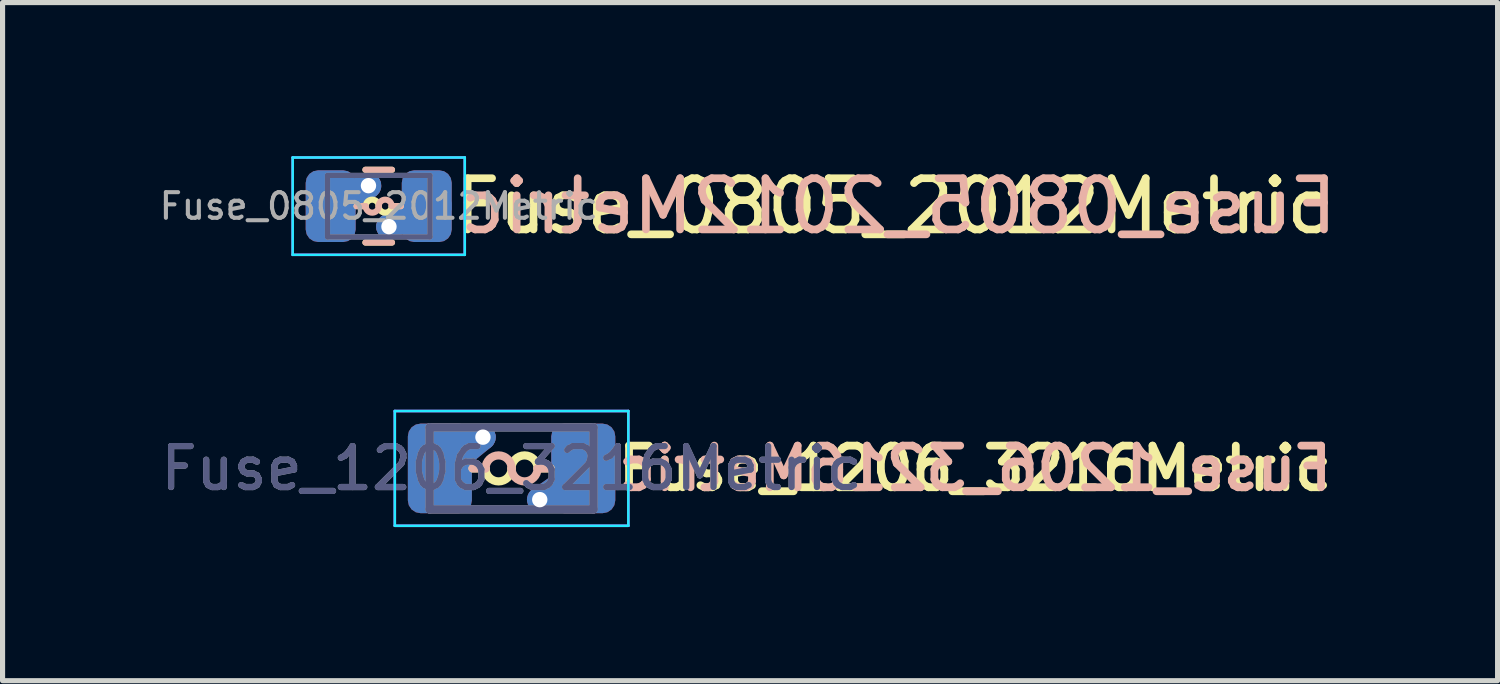
<source format=kicad_pcb>
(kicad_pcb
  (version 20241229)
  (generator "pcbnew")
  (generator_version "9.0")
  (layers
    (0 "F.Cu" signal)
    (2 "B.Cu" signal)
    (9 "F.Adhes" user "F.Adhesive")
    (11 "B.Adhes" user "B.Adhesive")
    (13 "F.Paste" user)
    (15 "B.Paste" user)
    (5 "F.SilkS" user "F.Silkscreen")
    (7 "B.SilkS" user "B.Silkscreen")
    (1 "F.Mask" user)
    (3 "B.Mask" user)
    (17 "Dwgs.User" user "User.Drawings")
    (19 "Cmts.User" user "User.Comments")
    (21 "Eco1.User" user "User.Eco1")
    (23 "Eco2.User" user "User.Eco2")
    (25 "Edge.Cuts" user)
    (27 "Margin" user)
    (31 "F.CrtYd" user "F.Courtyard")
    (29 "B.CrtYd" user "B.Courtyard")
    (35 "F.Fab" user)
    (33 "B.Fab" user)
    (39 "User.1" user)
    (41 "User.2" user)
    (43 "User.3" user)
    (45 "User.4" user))
  (footprint "Fuse_1206_3216Metric"
    (layer "F.Cu")
    (at 6.938 6.095)
    (property "Reference" "Fuse_1206_3216Metric" (at 2 0 0) (layer "F.SilkS") (effects (font (size 0.813 0.813) (thickness 0.152)) (justify left)))
    (attr smd)
    (fp_line (start -0.508 0) (end -0.762 0) (stroke (width 0.16) (type solid)) (layer "F.SilkS"))
    (fp_line (start 0.508 0) (end 0.762 0) (stroke (width 0.16) (type solid)) (layer "F.SilkS"))
    (fp_arc (start 0 0) (mid -0.254 0.254) (end -0.508 0) (stroke (width 0.16) (type solid)) (layer "F.SilkS"))
    (fp_arc (start 0 0) (mid 0.254 -0.254) (end 0.508 0) (stroke (width 0.16) (type solid)) (layer "F.SilkS"))
    (fp_line (start -0.508 0) (end -0.762 0) (stroke (width 0.16) (type solid)) (layer "B.SilkS"))
    (fp_line (start 0.508 0) (end 0.762 0) (stroke (width 0.16) (type solid)) (layer "B.SilkS"))
    (fp_arc (start -0.508 0) (mid -0.254 -0.254) (end 0 0) (stroke (width 0.16) (type solid)) (layer "B.SilkS"))
    (fp_arc (start 0.508 0) (mid 0.254 0.254) (end 0 0) (stroke (width 0.16) (type solid)) (layer "B.SilkS"))
    (fp_line (start -2.28 -1.12) (end 2.28 -1.12) (stroke (width 0.05) (type solid)) (layer "B.CrtYd"))
    (fp_line (start -2.28 1.12) (end -2.28 -1.12) (stroke (width 0.05) (type solid)) (layer "B.CrtYd"))
    (fp_line (start 2.28 -1.12) (end 2.28 1.12) (stroke (width 0.05) (type solid)) (layer "B.CrtYd"))
    (fp_line (start 2.28 1.12) (end -2.28 1.12) (stroke (width 0.05) (type solid)) (layer "B.CrtYd"))
    (fp_line (start -2.28 -1.12) (end 2.28 -1.12) (stroke (width 0.05) (type solid)) (layer "F.CrtYd"))
    (fp_line (start -2.28 1.12) (end -2.28 -1.12) (stroke (width 0.05) (type solid)) (layer "F.CrtYd"))
    (fp_line (start 2.28 -1.12) (end 2.28 1.12) (stroke (width 0.05) (type solid)) (layer "F.CrtYd"))
    (fp_line (start 2.28 1.12) (end -2.28 1.12) (stroke (width 0.05) (type solid)) (layer "F.CrtYd"))
    (fp_line (start -1.6 -0.8) (end 1.6 -0.8) (stroke (width 0.16) (type solid)) (layer "B.Fab"))
    (fp_line (start -1.6 0.8) (end -1.6 -0.8) (stroke (width 0.16) (type solid)) (layer "B.Fab"))
    (fp_line (start 1.6 -0.8) (end 1.6 0.8) (stroke (width 0.16) (type solid)) (layer "B.Fab"))
    (fp_line (start 1.6 0.8) (end -1.6 0.8) (stroke (width 0.16) (type solid)) (layer "B.Fab"))
    (fp_line (start -1.6 -0.8) (end 1.6 -0.8) (stroke (width 0.16) (type solid)) (layer "F.Fab"))
    (fp_line (start -1.6 0.8) (end -1.6 -0.8) (stroke (width 0.16) (type solid)) (layer "F.Fab"))
    (fp_line (start 1.6 -0.8) (end 1.6 0.8) (stroke (width 0.16) (type solid)) (layer "F.Fab"))
    (fp_line (start 1.6 0.8) (end -1.6 0.8) (stroke (width 0.16) (type solid)) (layer "F.Fab"))
    (fp_text user "${REFERENCE}" (at 2 0 0) (layer "B.SilkS") (effects (font (size 0.813 0.813) (thickness 0.152)) (justify right mirror)))
    (fp_text user "${REFERENCE}" (at 0 0 0) (layer "B.Fab") (effects (font (size 0.8 0.8) (thickness 0.12))))
    (fp_text user "${REFERENCE}" (at 0 0 0) (layer "F.Fab") (effects (font (size 0.8 0.8) (thickness 0.12))))
    (pad "1" smd custom (at -1.4 0) (size 1.25 1.25) (layers "F.Cu") (options (anchor circle)) (primitives (gr_line (start 0.841 -0.61) (end 0.028 0.051) (width 0.5))))
    (pad "1" smd custom (at -1.4 0) (size 1.25 1.25) (layers "B.Cu") (options (anchor circle)) (primitives (gr_line (start 0.841 -0.61) (end 0.028 0.051) (width 0.5))))
    (pad "1" smd roundrect (at -1.4 0) (size 1.25 1.75) (layers "F.Cu" "F.Mask" "F.Paste") (roundrect_rratio 0.2))
    (pad "1" smd roundrect (at -1.4 0) (size 1.25 1.75) (layers "B.Cu" "B.Mask" "B.Paste") (roundrect_rratio 0.2))
    (pad "1" thru_hole circle (at -0.559 -0.61) (size 0.5 0.5) (drill 0.3) (layers "*.Cu"))
    (pad "2" thru_hole circle (at 0.55 0.61) (size 0.5 0.5) (drill 0.3) (layers "*.Cu"))
    (pad "2" smd custom (at 1.4 0) (size 1.25 1.25) (layers "F.Cu") (options (anchor circle)) (primitives (gr_line (start -0.841 0.61) (end 0.022 0) (width 0.5))))
    (pad "2" smd custom (at 1.4 0) (size 1.25 1.25) (layers "B.Cu") (options (anchor circle)) (primitives (gr_line (start -0.841 0.61) (end 0.022 0) (width 0.5))))
    (pad "2" smd roundrect (at 1.4 0) (size 1.25 1.75) (layers "F.Cu" "F.Mask" "F.Paste") (roundrect_rratio 0.2))
    (pad "2" smd roundrect (at 1.4 0) (size 1.25 1.75) (layers "B.Cu" "B.Mask" "B.Paste") (roundrect_rratio 0.2)))
  (footprint "Fuse_0805_2012Metric"
    (layer "F.Cu")
    (at 4.344 0.975)
    (property "Reference" "Fuse_0805_2012Metric" (at 1.4 0 0) (layer "F.SilkS") (effects (font (size 1 1) (thickness 0.15)) (justify left)))
    (attr smd)
    (fp_line (start -0.259 -0.71) (end 0.259 -0.71) (stroke (width 0.12) (type solid)) (layer "F.SilkS"))
    (fp_line (start -0.259 0.71) (end 0.259 0.71) (stroke (width 0.12) (type solid)) (layer "F.SilkS"))
    (fp_line (start -0.254 0) (end -0.432 0) (stroke (width 0.12) (type solid)) (layer "F.SilkS"))
    (fp_line (start 0.432 0) (end 0.254 0) (stroke (width 0.12) (type solid)) (layer "F.SilkS"))
    (fp_arc (start -0.254 0) (mid -0.127 -0.127) (end 0 0) (stroke (width 0.12) (type solid)) (layer "F.SilkS"))
    (fp_arc (start 0.254 0) (mid 0.127 0.127) (end 0 0) (stroke (width 0.12) (type solid)) (layer "F.SilkS"))
    (fp_line (start -0.259 -0.71) (end 0.259 -0.71) (stroke (width 0.12) (type solid)) (layer "B.SilkS"))
    (fp_line (start -0.259 0.71) (end 0.259 0.71) (stroke (width 0.12) (type solid)) (layer "B.SilkS"))
    (fp_line (start -0.254 0) (end -0.432 0) (stroke (width 0.12) (type solid)) (layer "B.SilkS"))
    (fp_line (start 0.432 0) (end 0.254 0) (stroke (width 0.12) (type solid)) (layer "B.SilkS"))
    (fp_arc (start 0 0) (mid -0.127 0.127) (end -0.254 0) (stroke (width 0.12) (type solid)) (layer "B.SilkS"))
    (fp_arc (start 0 0) (mid 0.127 -0.127) (end 0.254 0) (stroke (width 0.12) (type solid)) (layer "B.SilkS"))
    (fp_line (start -1.68 -0.95) (end 1.68 -0.95) (stroke (width 0.05) (type solid)) (layer "B.CrtYd"))
    (fp_line (start -1.68 0.95) (end -1.68 -0.95) (stroke (width 0.05) (type solid)) (layer "B.CrtYd"))
    (fp_line (start 1.68 -0.95) (end 1.68 0.95) (stroke (width 0.05) (type solid)) (layer "B.CrtYd"))
    (fp_line (start 1.68 0.95) (end -1.68 0.95) (stroke (width 0.05) (type solid)) (layer "B.CrtYd"))
    (fp_line (start -1.68 -0.95) (end 1.68 -0.95) (stroke (width 0.05) (type solid)) (layer "F.CrtYd"))
    (fp_line (start -1.68 0.95) (end -1.68 -0.95) (stroke (width 0.05) (type solid)) (layer "F.CrtYd"))
    (fp_line (start 1.68 -0.95) (end 1.68 0.95) (stroke (width 0.05) (type solid)) (layer "F.CrtYd"))
    (fp_line (start 1.68 0.95) (end -1.68 0.95) (stroke (width 0.05) (type solid)) (layer "F.CrtYd"))
    (fp_line (start -1 -0.6) (end 1 -0.6) (stroke (width 0.1) (type solid)) (layer "B.Fab"))
    (fp_line (start -1 0.6) (end -1 -0.6) (stroke (width 0.1) (type solid)) (layer "B.Fab"))
    (fp_line (start 1 -0.6) (end 1 0.6) (stroke (width 0.1) (type solid)) (layer "B.Fab"))
    (fp_line (start 1 0.6) (end -1 0.6) (stroke (width 0.1) (type solid)) (layer "B.Fab"))
    (fp_line (start -1 -0.6) (end 1 -0.6) (stroke (width 0.1) (type solid)) (layer "F.Fab"))
    (fp_line (start -1 0.6) (end -1 -0.6) (stroke (width 0.1) (type solid)) (layer "F.Fab"))
    (fp_line (start 1 -0.6) (end 1 0.6) (stroke (width 0.1) (type solid)) (layer "F.Fab"))
    (fp_line (start 1 0.6) (end -1 0.6) (stroke (width 0.1) (type solid)) (layer "F.Fab"))
    (fp_text user "${REFERENCE}" (at 1.5 0 0) (layer "B.SilkS") (effects (font (size 1 1) (thickness 0.15)) (justify right mirror)))
    (fp_text user "${REFERENCE}" (at 0 0 0) (layer "F.Fab") (effects (font (size 0.5 0.5) (thickness 0.08))))
    (pad "1" smd custom (at -0.938 0) (size 0.975 0.975) (layers "F.Cu") (options (anchor circle)) (primitives (gr_line (start 0.738 -0.4) (end -0.062 0) (width 0.5))))
    (pad "1" smd custom (at -0.938 0) (size 0.975 0.975) (layers "B.Cu") (options (anchor circle)) (primitives (gr_line (start 0.738 -0.4) (end -0.062 0) (width 0.5))))
    (pad "1" smd roundrect (at -0.938 0) (size 0.975 1.4) (layers "F.Cu" "F.Mask" "F.Paste") (roundrect_rratio 0.25))
    (pad "1" smd roundrect (at -0.938 0) (size 0.975 1.4) (layers "B.Cu" "B.Mask" "B.Paste") (roundrect_rratio 0.25))
    (pad "1" thru_hole circle (at -0.2 -0.4) (size 0.5 0.5) (drill 0.3) (layers "*.Cu"))
    (pad "2" thru_hole circle (at 0.2 0.4) (size 0.5 0.5) (drill 0.3) (layers "*.Cu"))
    (pad "2" smd custom (at 0.938 0) (size 0.975 0.975) (layers "F.Cu") (options (anchor circle)) (primitives (gr_line (start -0.738 0.4) (end 0.062 0) (width 0.5))))
    (pad "2" smd custom (at 0.938 0) (size 0.975 0.975) (layers "B.Cu") (options (anchor circle)) (primitives (gr_line (start -0.738 0.4) (end 0.062 0) (width 0.5))))
    (pad "2" smd roundrect (at 0.938 0) (size 0.975 1.4) (layers "F.Cu" "F.Mask" "F.Paste") (roundrect_rratio 0.25))
    (pad "2" smd roundrect (at 0.938 0) (size 0.975 1.4) (layers "B.Cu" "B.Mask" "B.Paste") (roundrect_rratio 0.25)))
  (gr_rect
    (start -3 -3)
    (end 26.189 10.24)
    (stroke (width 0.1) (type default))
    (fill no)
    (layer "Edge.Cuts")))
</source>
